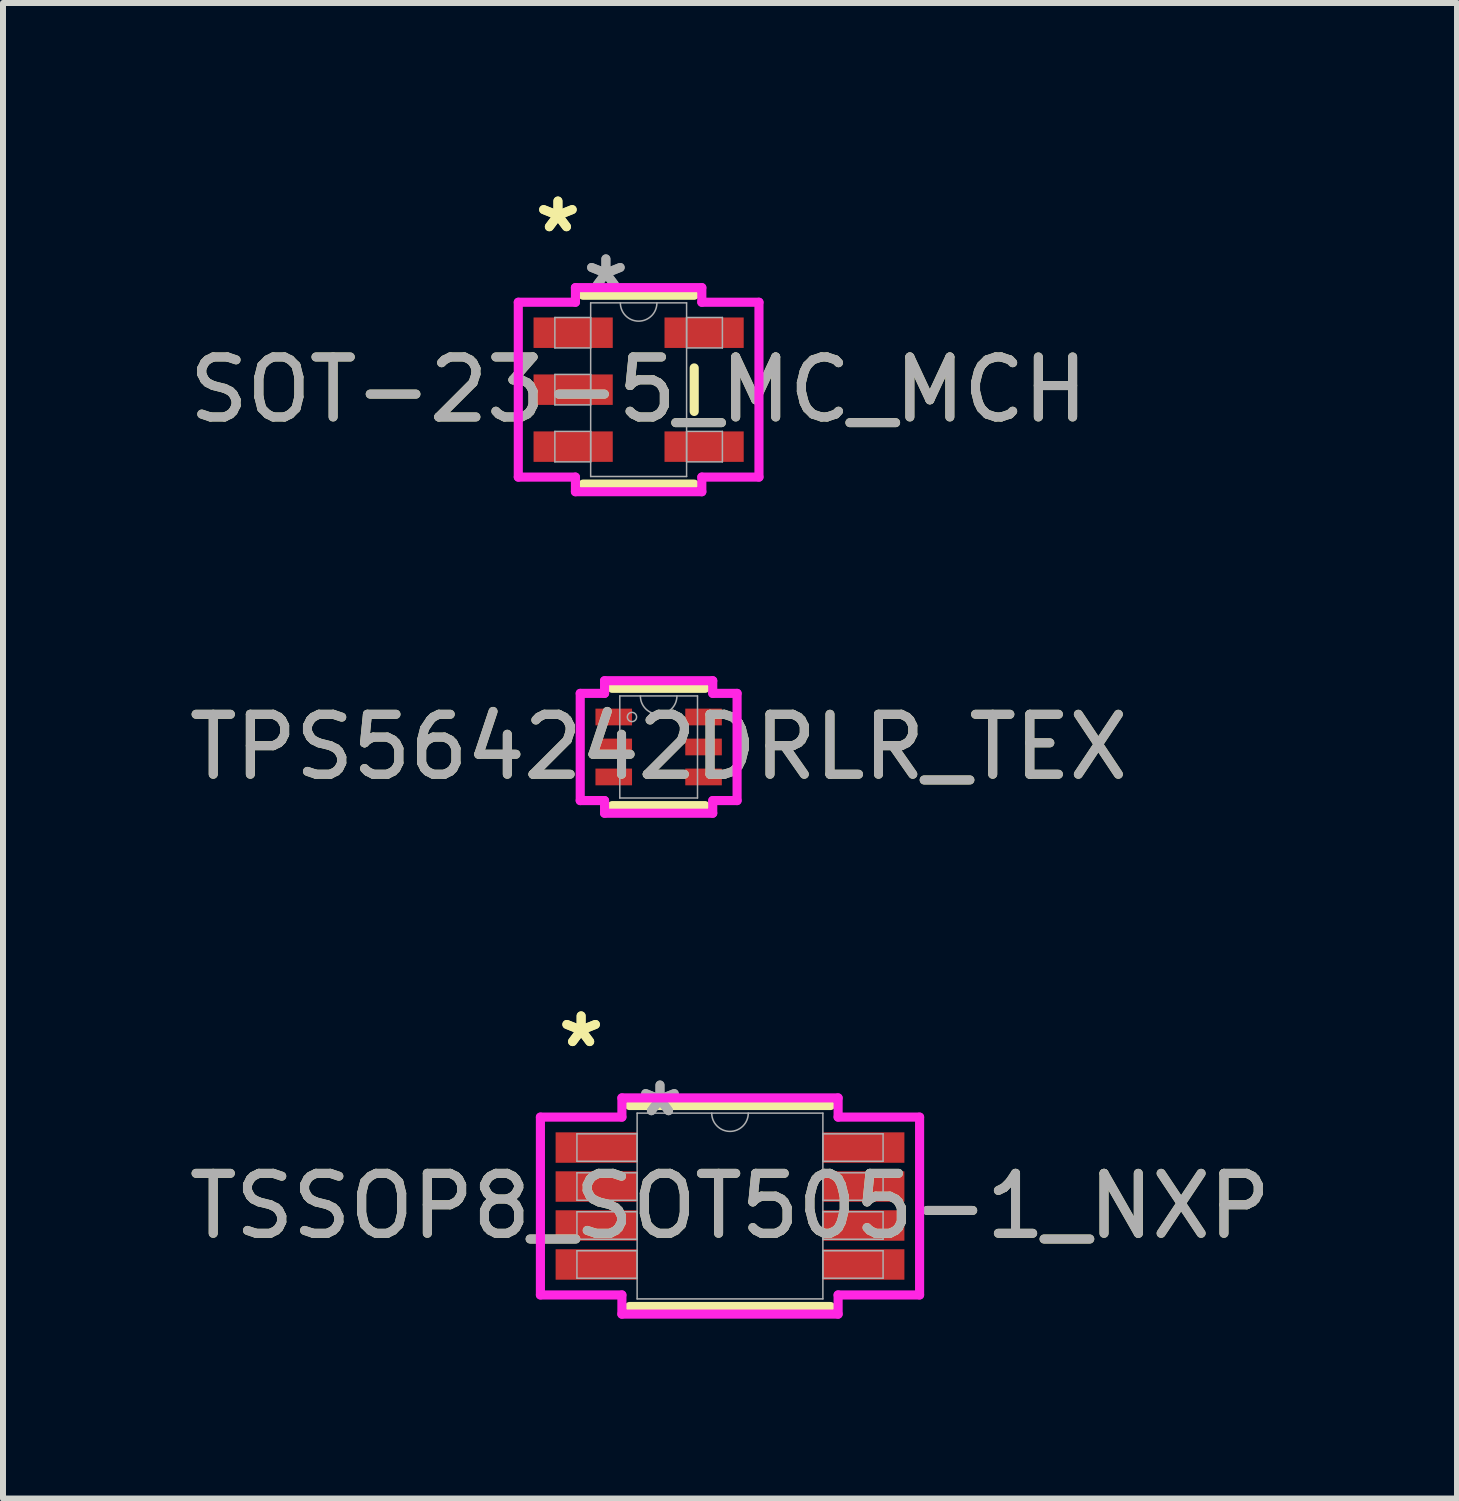
<source format=kicad_pcb>
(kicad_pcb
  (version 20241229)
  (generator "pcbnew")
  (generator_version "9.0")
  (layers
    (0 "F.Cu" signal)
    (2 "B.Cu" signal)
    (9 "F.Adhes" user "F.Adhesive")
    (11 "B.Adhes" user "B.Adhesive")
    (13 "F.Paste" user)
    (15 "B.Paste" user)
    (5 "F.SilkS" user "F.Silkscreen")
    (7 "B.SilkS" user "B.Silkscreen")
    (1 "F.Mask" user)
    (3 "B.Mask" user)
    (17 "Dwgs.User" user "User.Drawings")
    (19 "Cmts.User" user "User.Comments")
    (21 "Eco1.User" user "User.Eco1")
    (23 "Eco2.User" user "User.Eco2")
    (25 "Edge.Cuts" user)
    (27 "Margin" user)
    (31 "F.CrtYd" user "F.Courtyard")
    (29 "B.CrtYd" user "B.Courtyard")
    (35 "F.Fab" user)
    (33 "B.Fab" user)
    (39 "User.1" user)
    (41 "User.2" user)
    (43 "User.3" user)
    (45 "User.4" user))
  (footprint "SOT-23-5_MC_MCH"
    (layer "F.Cu")
    (at 7.601 3.449)
    (property "Reference" "SOT-23-5_MC_MCH" (at 0 0 0) (unlocked yes) (layer "F.SilkS") (effects (font (size 1 1) (thickness 0.15))))
    (attr smd)
    (fp_line (start -0.927 1.575) (end 0.927 1.575) (stroke (width 0.152) (type solid)) (layer "F.SilkS"))
    (fp_line (start 0.927 -1.575) (end -0.927 -1.575) (stroke (width 0.152) (type solid)) (layer "F.SilkS"))
    (fp_line (start 0.927 0.363) (end 0.927 -0.363) (stroke (width 0.152) (type solid)) (layer "F.SilkS"))
    (fp_line (start -2.007 -1.458) (end -1.054 -1.458) (stroke (width 0.152) (type solid)) (layer "F.CrtYd"))
    (fp_line (start -2.007 1.458) (end -2.007 -1.458) (stroke (width 0.152) (type solid)) (layer "F.CrtYd"))
    (fp_line (start -1.054 -1.702) (end 1.054 -1.702) (stroke (width 0.152) (type solid)) (layer "F.CrtYd"))
    (fp_line (start -1.054 -1.458) (end -1.054 -1.702) (stroke (width 0.152) (type solid)) (layer "F.CrtYd"))
    (fp_line (start -1.054 1.458) (end -2.007 1.458) (stroke (width 0.152) (type solid)) (layer "F.CrtYd"))
    (fp_line (start -1.054 1.702) (end -1.054 1.458) (stroke (width 0.152) (type solid)) (layer "F.CrtYd"))
    (fp_line (start 1.054 -1.702) (end 1.054 -1.458) (stroke (width 0.152) (type solid)) (layer "F.CrtYd"))
    (fp_line (start 1.054 -1.458) (end 2.007 -1.458) (stroke (width 0.152) (type solid)) (layer "F.CrtYd"))
    (fp_line (start 1.054 1.458) (end 1.054 1.702) (stroke (width 0.152) (type solid)) (layer "F.CrtYd"))
    (fp_line (start 1.054 1.702) (end -1.054 1.702) (stroke (width 0.152) (type solid)) (layer "F.CrtYd"))
    (fp_line (start 2.007 -1.458) (end 2.007 1.458) (stroke (width 0.152) (type solid)) (layer "F.CrtYd"))
    (fp_line (start 2.007 1.458) (end 1.054 1.458) (stroke (width 0.152) (type solid)) (layer "F.CrtYd"))
    (fp_line (start -1.397 -1.204) (end -1.397 -0.696) (stroke (width 0.025) (type solid)) (layer "F.Fab"))
    (fp_line (start -1.397 -0.696) (end -0.8 -0.696) (stroke (width 0.025) (type solid)) (layer "F.Fab"))
    (fp_line (start -1.397 -0.254) (end -1.397 0.254) (stroke (width 0.025) (type solid)) (layer "F.Fab"))
    (fp_line (start -1.397 0.254) (end -0.8 0.254) (stroke (width 0.025) (type solid)) (layer "F.Fab"))
    (fp_line (start -1.397 0.696) (end -1.397 1.204) (stroke (width 0.025) (type solid)) (layer "F.Fab"))
    (fp_line (start -1.397 1.204) (end -0.8 1.204) (stroke (width 0.025) (type solid)) (layer "F.Fab"))
    (fp_line (start -0.8 -1.448) (end -0.8 1.448) (stroke (width 0.025) (type solid)) (layer "F.Fab"))
    (fp_line (start -0.8 -1.204) (end -1.397 -1.204) (stroke (width 0.025) (type solid)) (layer "F.Fab"))
    (fp_line (start -0.8 -0.696) (end -0.8 -1.204) (stroke (width 0.025) (type solid)) (layer "F.Fab"))
    (fp_line (start -0.8 -0.254) (end -1.397 -0.254) (stroke (width 0.025) (type solid)) (layer "F.Fab"))
    (fp_line (start -0.8 0.254) (end -0.8 -0.254) (stroke (width 0.025) (type solid)) (layer "F.Fab"))
    (fp_line (start -0.8 0.696) (end -1.397 0.696) (stroke (width 0.025) (type solid)) (layer "F.Fab"))
    (fp_line (start -0.8 1.204) (end -0.8 0.696) (stroke (width 0.025) (type solid)) (layer "F.Fab"))
    (fp_line (start -0.8 1.448) (end 0.8 1.448) (stroke (width 0.025) (type solid)) (layer "F.Fab"))
    (fp_line (start 0.8 -1.448) (end -0.8 -1.448) (stroke (width 0.025) (type solid)) (layer "F.Fab"))
    (fp_line (start 0.8 -1.204) (end 0.8 -0.696) (stroke (width 0.025) (type solid)) (layer "F.Fab"))
    (fp_line (start 0.8 -0.696) (end 1.397 -0.696) (stroke (width 0.025) (type solid)) (layer "F.Fab"))
    (fp_line (start 0.8 0.696) (end 0.8 1.204) (stroke (width 0.025) (type solid)) (layer "F.Fab"))
    (fp_line (start 0.8 1.204) (end 1.397 1.204) (stroke (width 0.025) (type solid)) (layer "F.Fab"))
    (fp_line (start 0.8 1.448) (end 0.8 -1.448) (stroke (width 0.025) (type solid)) (layer "F.Fab"))
    (fp_line (start 1.397 -1.204) (end 0.8 -1.204) (stroke (width 0.025) (type solid)) (layer "F.Fab"))
    (fp_line (start 1.397 -0.696) (end 1.397 -1.204) (stroke (width 0.025) (type solid)) (layer "F.Fab"))
    (fp_line (start 1.397 0.696) (end 0.8 0.696) (stroke (width 0.025) (type solid)) (layer "F.Fab"))
    (fp_line (start 1.397 1.204) (end 1.397 0.696) (stroke (width 0.025) (type solid)) (layer "F.Fab"))
    (fp_arc (start 0.3048 -1.4478) (mid 0 -1.143) (end -0.3048 -1.4478) (stroke (width 0.0254) (type solid)) (layer "F.Fab"))
    (fp_text user "*" (at -1.346 -2.601 0) (layer "F.SilkS") (effects (font (size 1 1) (thickness 0.15))))
    (fp_text user "*" (at -1.346 -2.601 0) (unlocked yes) (layer "F.SilkS") (effects (font (size 1 1) (thickness 0.15))))
    (fp_text user "${REFERENCE}" (at 0 0 0) (unlocked yes) (layer "F.Fab") (effects (font (size 1 1) (thickness 0.15))))
    (fp_text user "*" (at -0.546 -1.636 0) (layer "F.Fab") (effects (font (size 1 1) (thickness 0.15))))
    (fp_text user "*" (at -0.546 -1.636 0) (unlocked yes) (layer "F.Fab") (effects (font (size 1 1) (thickness 0.15))))
    (pad "1" smd rect (at -1.092 -0.95) (size 1.321 0.508) (layers "F.Cu" "F.Mask" "F.Paste"))
    (pad "2" smd rect (at -1.092 0) (size 1.321 0.508) (layers "F.Cu" "F.Mask" "F.Paste"))
    (pad "3" smd rect (at -1.092 0.95) (size 1.321 0.508) (layers "F.Cu" "F.Mask" "F.Paste"))
    (pad "4" smd rect (at 1.092 0.95) (size 1.321 0.508) (layers "F.Cu" "F.Mask" "F.Paste"))
    (pad "5" smd rect (at 1.092 -0.95) (size 1.321 0.508) (layers "F.Cu" "F.Mask" "F.Paste")))
  (footprint "TPS564242DRLR_TEX"
    (layer "F.Cu")
    (at 7.935 9.408)
    (property "Reference" "TPS564242DRLR_TEX" (at 0 0 0) (unlocked yes) (layer "F.SilkS") (effects (font (size 1 1) (thickness 0.15))))
    (attr smd)
    (fp_line (start -0.775 0.978) (end 0.775 0.978) (stroke (width 0.152) (type solid)) (layer "F.SilkS"))
    (fp_line (start 0.775 -0.978) (end -0.775 -0.978) (stroke (width 0.152) (type solid)) (layer "F.SilkS"))
    (fp_line (start -1.308 -0.894) (end -0.902 -0.894) (stroke (width 0.152) (type solid)) (layer "F.CrtYd"))
    (fp_line (start -1.308 0.894) (end -1.308 -0.894) (stroke (width 0.152) (type solid)) (layer "F.CrtYd"))
    (fp_line (start -0.902 -1.105) (end 0.902 -1.105) (stroke (width 0.152) (type solid)) (layer "F.CrtYd"))
    (fp_line (start -0.902 -0.894) (end -0.902 -1.105) (stroke (width 0.152) (type solid)) (layer "F.CrtYd"))
    (fp_line (start -0.902 0.894) (end -1.308 0.894) (stroke (width 0.152) (type solid)) (layer "F.CrtYd"))
    (fp_line (start -0.902 1.105) (end -0.902 0.894) (stroke (width 0.152) (type solid)) (layer "F.CrtYd"))
    (fp_line (start 0.902 -1.105) (end 0.902 -0.894) (stroke (width 0.152) (type solid)) (layer "F.CrtYd"))
    (fp_line (start 0.902 -0.894) (end 1.308 -0.894) (stroke (width 0.152) (type solid)) (layer "F.CrtYd"))
    (fp_line (start 0.902 0.894) (end 0.902 1.105) (stroke (width 0.152) (type solid)) (layer "F.CrtYd"))
    (fp_line (start 0.902 1.105) (end -0.902 1.105) (stroke (width 0.152) (type solid)) (layer "F.CrtYd"))
    (fp_line (start 1.308 -0.894) (end 1.308 0.894) (stroke (width 0.152) (type solid)) (layer "F.CrtYd"))
    (fp_line (start 1.308 0.894) (end 0.902 0.894) (stroke (width 0.152) (type solid)) (layer "F.CrtYd"))
    (fp_line (start -0.648 -0.851) (end -0.648 0.851) (stroke (width 0.025) (type solid)) (layer "F.Fab"))
    (fp_line (start -0.648 0.851) (end 0.648 0.851) (stroke (width 0.025) (type solid)) (layer "F.Fab"))
    (fp_line (start 0.648 -0.851) (end -0.648 -0.851) (stroke (width 0.025) (type solid)) (layer "F.Fab"))
    (fp_line (start 0.648 0.851) (end 0.648 -0.851) (stroke (width 0.025) (type solid)) (layer "F.Fab"))
    (fp_arc (start 0.3048 -0.8509) (mid 0 -0.5461) (end -0.3048 -0.8509) (stroke (width 0.0254) (type solid)) (layer "F.Fab"))
    (fp_circle (center -0.445 -0.5) (end -0.368 -0.5) (stroke (width 0.025) (type solid)) (fill no) (layer "F.Fab"))
    (fp_text user "${REFERENCE}" (at 0 0 0) (unlocked yes) (layer "F.Fab") (effects (font (size 1 1) (thickness 0.15))))
    (pad "1" smd rect (at -0.749 -0.5) (size 0.61 0.279) (layers "F.Cu" "F.Mask" "F.Paste"))
    (pad "2" smd rect (at -0.749 0) (size 0.61 0.279) (layers "F.Cu" "F.Mask" "F.Paste"))
    (pad "3" smd rect (at -0.749 0.5) (size 0.61 0.279) (layers "F.Cu" "F.Mask" "F.Paste"))
    (pad "4" smd rect (at 0.749 0.5) (size 0.61 0.279) (layers "F.Cu" "F.Mask" "F.Paste"))
    (pad "5" smd rect (at 0.749 0) (size 0.61 0.279) (layers "F.Cu" "F.Mask" "F.Paste"))
    (pad "6" smd rect (at 0.749 -0.5) (size 0.61 0.279) (layers "F.Cu" "F.Mask" "F.Paste")))
  (footprint "TSSOP8_SOT505-1_NXP"
    (layer "F.Cu")
    (at 9.125 17.064)
    (property "Reference" "TSSOP8_SOT505-1_NXP" (at 0 0 0) (unlocked yes) (layer "F.SilkS") (effects (font (size 1 1) (thickness 0.15))))
    (attr smd)
    (fp_line (start -1.676 1.676) (end 1.676 1.676) (stroke (width 0.152) (type solid)) (layer "F.SilkS"))
    (fp_line (start 1.676 -1.676) (end -1.676 -1.676) (stroke (width 0.152) (type solid)) (layer "F.SilkS"))
    (fp_line (start -3.162 -1.483) (end -1.803 -1.483) (stroke (width 0.152) (type solid)) (layer "F.CrtYd"))
    (fp_line (start -3.162 1.483) (end -3.162 -1.483) (stroke (width 0.152) (type solid)) (layer "F.CrtYd"))
    (fp_line (start -3.162 1.483) (end -1.803 1.483) (stroke (width 0.152) (type solid)) (layer "F.CrtYd"))
    (fp_line (start -1.803 -1.803) (end 1.803 -1.803) (stroke (width 0.152) (type solid)) (layer "F.CrtYd"))
    (fp_line (start -1.803 -1.483) (end -1.803 -1.803) (stroke (width 0.152) (type solid)) (layer "F.CrtYd"))
    (fp_line (start -1.803 1.803) (end -1.803 1.483) (stroke (width 0.152) (type solid)) (layer "F.CrtYd"))
    (fp_line (start 1.803 -1.803) (end 1.803 -1.483) (stroke (width 0.152) (type solid)) (layer "F.CrtYd"))
    (fp_line (start 1.803 1.483) (end 1.803 1.803) (stroke (width 0.152) (type solid)) (layer "F.CrtYd"))
    (fp_line (start 1.803 1.803) (end -1.803 1.803) (stroke (width 0.152) (type solid)) (layer "F.CrtYd"))
    (fp_line (start 3.162 -1.483) (end 1.803 -1.483) (stroke (width 0.152) (type solid)) (layer "F.CrtYd"))
    (fp_line (start 3.162 -1.483) (end 3.162 1.483) (stroke (width 0.152) (type solid)) (layer "F.CrtYd"))
    (fp_line (start 3.162 1.483) (end 1.803 1.483) (stroke (width 0.152) (type solid)) (layer "F.CrtYd"))
    (fp_line (start -2.553 -1.204) (end -2.553 -0.746) (stroke (width 0.025) (type solid)) (layer "F.Fab"))
    (fp_line (start -2.553 -0.746) (end -1.549 -0.746) (stroke (width 0.025) (type solid)) (layer "F.Fab"))
    (fp_line (start -2.553 -0.554) (end -2.553 -0.096) (stroke (width 0.025) (type solid)) (layer "F.Fab"))
    (fp_line (start -2.553 -0.096) (end -1.549 -0.096) (stroke (width 0.025) (type solid)) (layer "F.Fab"))
    (fp_line (start -2.553 0.096) (end -2.553 0.554) (stroke (width 0.025) (type solid)) (layer "F.Fab"))
    (fp_line (start -2.553 0.554) (end -1.549 0.554) (stroke (width 0.025) (type solid)) (layer "F.Fab"))
    (fp_line (start -2.553 0.746) (end -2.553 1.204) (stroke (width 0.025) (type solid)) (layer "F.Fab"))
    (fp_line (start -2.553 1.204) (end -1.549 1.204) (stroke (width 0.025) (type solid)) (layer "F.Fab"))
    (fp_line (start -1.549 -1.549) (end -1.549 1.549) (stroke (width 0.025) (type solid)) (layer "F.Fab"))
    (fp_line (start -1.549 -1.204) (end -2.553 -1.204) (stroke (width 0.025) (type solid)) (layer "F.Fab"))
    (fp_line (start -1.549 -0.746) (end -1.549 -1.204) (stroke (width 0.025) (type solid)) (layer "F.Fab"))
    (fp_line (start -1.549 -0.554) (end -2.553 -0.554) (stroke (width 0.025) (type solid)) (layer "F.Fab"))
    (fp_line (start -1.549 -0.096) (end -1.549 -0.554) (stroke (width 0.025) (type solid)) (layer "F.Fab"))
    (fp_line (start -1.549 0.096) (end -2.553 0.096) (stroke (width 0.025) (type solid)) (layer "F.Fab"))
    (fp_line (start -1.549 0.554) (end -1.549 0.096) (stroke (width 0.025) (type solid)) (layer "F.Fab"))
    (fp_line (start -1.549 0.746) (end -2.553 0.746) (stroke (width 0.025) (type solid)) (layer "F.Fab"))
    (fp_line (start -1.549 1.204) (end -1.549 0.746) (stroke (width 0.025) (type solid)) (layer "F.Fab"))
    (fp_line (start -1.549 1.549) (end 1.549 1.549) (stroke (width 0.025) (type solid)) (layer "F.Fab"))
    (fp_line (start 1.549 -1.549) (end -1.549 -1.549) (stroke (width 0.025) (type solid)) (layer "F.Fab"))
    (fp_line (start 1.549 -1.204) (end 1.549 -0.746) (stroke (width 0.025) (type solid)) (layer "F.Fab"))
    (fp_line (start 1.549 -0.746) (end 2.553 -0.746) (stroke (width 0.025) (type solid)) (layer "F.Fab"))
    (fp_line (start 1.549 -0.554) (end 1.549 -0.096) (stroke (width 0.025) (type solid)) (layer "F.Fab"))
    (fp_line (start 1.549 -0.096) (end 2.553 -0.096) (stroke (width 0.025) (type solid)) (layer "F.Fab"))
    (fp_line (start 1.549 0.096) (end 1.549 0.554) (stroke (width 0.025) (type solid)) (layer "F.Fab"))
    (fp_line (start 1.549 0.554) (end 2.553 0.554) (stroke (width 0.025) (type solid)) (layer "F.Fab"))
    (fp_line (start 1.549 0.746) (end 1.549 1.204) (stroke (width 0.025) (type solid)) (layer "F.Fab"))
    (fp_line (start 1.549 1.204) (end 2.553 1.204) (stroke (width 0.025) (type solid)) (layer "F.Fab"))
    (fp_line (start 1.549 1.549) (end 1.549 -1.549) (stroke (width 0.025) (type solid)) (layer "F.Fab"))
    (fp_line (start 2.553 -1.204) (end 1.549 -1.204) (stroke (width 0.025) (type solid)) (layer "F.Fab"))
    (fp_line (start 2.553 -0.746) (end 2.553 -1.204) (stroke (width 0.025) (type solid)) (layer "F.Fab"))
    (fp_line (start 2.553 -0.554) (end 1.549 -0.554) (stroke (width 0.025) (type solid)) (layer "F.Fab"))
    (fp_line (start 2.553 -0.096) (end 2.553 -0.554) (stroke (width 0.025) (type solid)) (layer "F.Fab"))
    (fp_line (start 2.553 0.096) (end 1.549 0.096) (stroke (width 0.025) (type solid)) (layer "F.Fab"))
    (fp_line (start 2.553 0.554) (end 2.553 0.096) (stroke (width 0.025) (type solid)) (layer "F.Fab"))
    (fp_line (start 2.553 0.746) (end 1.549 0.746) (stroke (width 0.025) (type solid)) (layer "F.Fab"))
    (fp_line (start 2.553 1.204) (end 2.553 0.746) (stroke (width 0.025) (type solid)) (layer "F.Fab"))
    (fp_arc (start 0.3048 -1.5494) (mid 0 -1.2446) (end -0.3048 -1.5494) (stroke (width 0.0254) (type solid)) (layer "F.Fab"))
    (fp_text user "*" (at -2.483 -2.626 0) (unlocked yes) (layer "F.SilkS") (effects (font (size 1 1) (thickness 0.15))))
    (fp_text user "*" (at -2.483 -2.626 0) (layer "F.SilkS") (effects (font (size 1 1) (thickness 0.15))))
    (fp_text user "${REFERENCE}" (at 0 0 0) (unlocked yes) (layer "F.Fab") (effects (font (size 1 1) (thickness 0.15))))
    (fp_text user "*" (at -1.168 -1.473 0) (layer "F.Fab") (effects (font (size 1 1) (thickness 0.15))))
    (fp_text user "*" (at -1.168 -1.473 0) (unlocked yes) (layer "F.Fab") (effects (font (size 1 1) (thickness 0.15))))
    (pad "1" smd rect (at -2.229 -0.975) (size 1.359 0.508) (layers "F.Cu" "F.Mask" "F.Paste"))
    (pad "2" smd rect (at -2.229 -0.325) (size 1.359 0.508) (layers "F.Cu" "F.Mask" "F.Paste"))
    (pad "3" smd rect (at -2.229 0.325) (size 1.359 0.508) (layers "F.Cu" "F.Mask" "F.Paste"))
    (pad "4" smd rect (at -2.229 0.975) (size 1.359 0.508) (layers "F.Cu" "F.Mask" "F.Paste"))
    (pad "5" smd rect (at 2.229 0.975) (size 1.359 0.508) (layers "F.Cu" "F.Mask" "F.Paste"))
    (pad "6" smd rect (at 2.229 0.325) (size 1.359 0.508) (layers "F.Cu" "F.Mask" "F.Paste"))
    (pad "7" smd rect (at 2.229 -0.325) (size 1.359 0.508) (layers "F.Cu" "F.Mask" "F.Paste"))
    (pad "8" smd rect (at 2.229 -0.975) (size 1.359 0.508) (layers "F.Cu" "F.Mask" "F.Paste")))
  (gr_rect
    (start -3 -3)
    (end 21.25 21.943)
    (stroke (width 0.1) (type default))
    (fill no)
    (layer "Edge.Cuts")))
</source>
